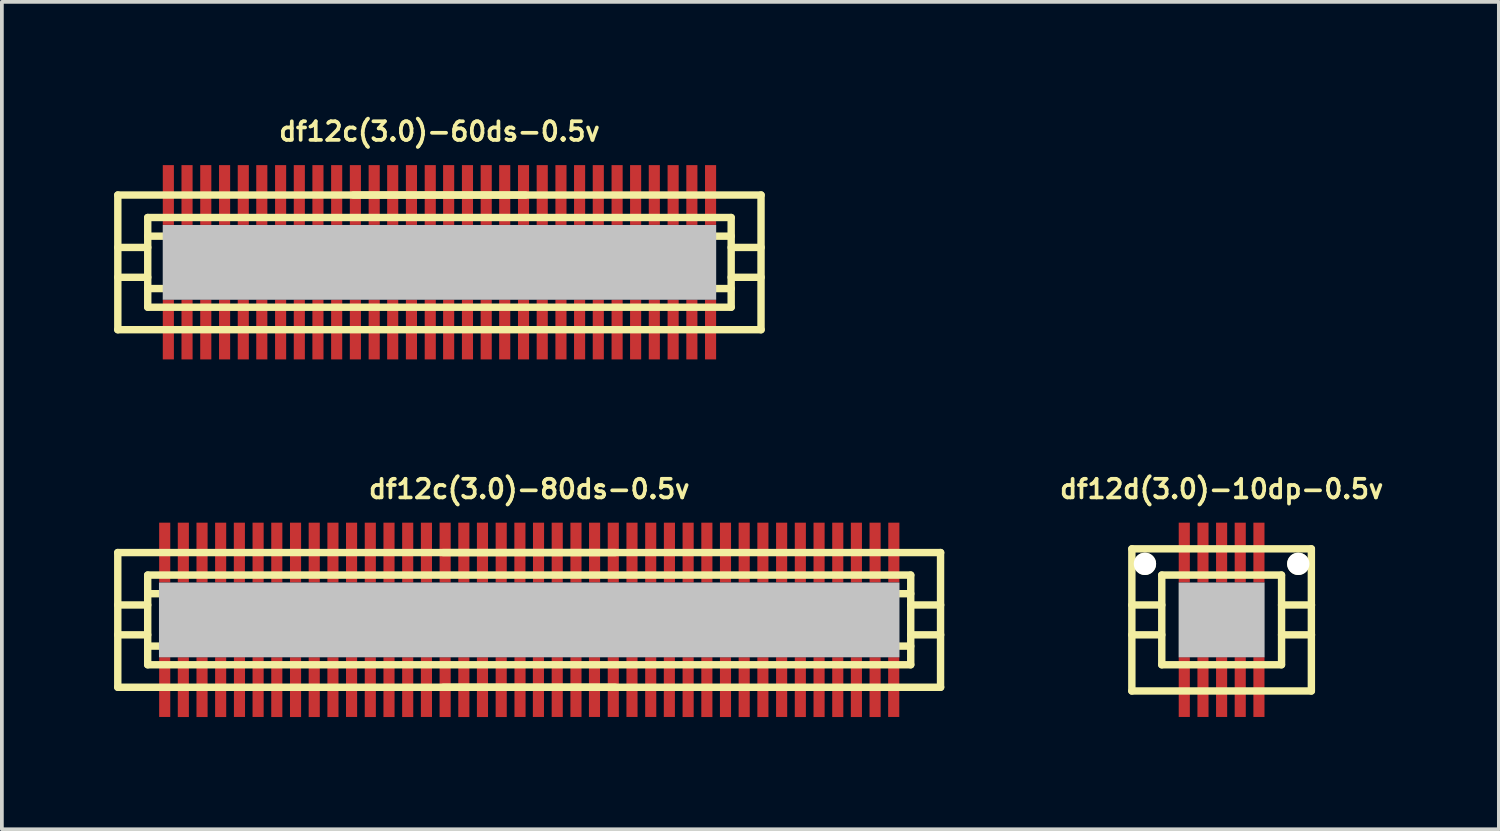
<source format=kicad_pcb>
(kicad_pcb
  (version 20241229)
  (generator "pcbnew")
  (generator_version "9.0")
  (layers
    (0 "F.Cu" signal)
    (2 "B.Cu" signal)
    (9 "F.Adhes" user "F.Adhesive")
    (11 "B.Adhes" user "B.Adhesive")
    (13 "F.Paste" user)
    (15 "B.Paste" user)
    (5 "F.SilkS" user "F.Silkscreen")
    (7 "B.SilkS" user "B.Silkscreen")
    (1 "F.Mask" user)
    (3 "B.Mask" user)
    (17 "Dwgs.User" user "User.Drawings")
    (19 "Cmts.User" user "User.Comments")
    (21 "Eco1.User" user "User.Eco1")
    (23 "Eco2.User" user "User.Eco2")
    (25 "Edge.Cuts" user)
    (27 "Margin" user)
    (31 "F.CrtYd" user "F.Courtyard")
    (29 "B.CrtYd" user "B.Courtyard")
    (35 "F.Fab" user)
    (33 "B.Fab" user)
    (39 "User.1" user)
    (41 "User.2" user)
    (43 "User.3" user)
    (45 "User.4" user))
  (footprint "df12c(3.0)-80ds-0.5v"
    (layer "F.Cu")
    (at 11.1 13.525)
    (property "Reference" "df12c(3.0)-80ds-0.5v" (at 0 -3.5 0) (layer "F.SilkS") (effects (font (size 0.498 0.498) (thickness 0.099))))
    (attr smd)
    (fp_line (start -11.001 -1.801) (end 11.001 -1.801) (stroke (width 0.198) (type solid)) (layer "F.SilkS"))
    (fp_line (start -11.001 1.801) (end -11.001 -1.801) (stroke (width 0.198) (type solid)) (layer "F.SilkS"))
    (fp_line (start -10.201 -0.399) (end -11.001 -0.399) (stroke (width 0.198) (type solid)) (layer "F.SilkS"))
    (fp_line (start -10.201 0.399) (end -11.001 0.399) (stroke (width 0.198) (type solid)) (layer "F.SilkS"))
    (fp_line (start -10.201 0.701) (end 10.201 0.701) (stroke (width 0.198) (type solid)) (layer "F.SilkS"))
    (fp_line (start -10.201 1.199) (end -10.201 -1.199) (stroke (width 0.198) (type solid)) (layer "F.SilkS"))
    (fp_line (start -10.201 1.199) (end 10.201 1.199) (stroke (width 0.198) (type solid)) (layer "F.SilkS"))
    (fp_line (start -2.301 -1.801) (end 2.301 -1.801) (stroke (width 0.198) (type solid)) (layer "F.SilkS"))
    (fp_line (start 2.301 1.801) (end -2.301 1.801) (stroke (width 0.198) (type solid)) (layer "F.SilkS"))
    (fp_line (start 10.201 -1.199) (end -10.201 -1.199) (stroke (width 0.198) (type solid)) (layer "F.SilkS"))
    (fp_line (start 10.201 -1.199) (end 10.201 1.199) (stroke (width 0.198) (type solid)) (layer "F.SilkS"))
    (fp_line (start 10.201 -0.701) (end -10.201 -0.701) (stroke (width 0.198) (type solid)) (layer "F.SilkS"))
    (fp_line (start 10.201 -0.399) (end 11.001 -0.399) (stroke (width 0.198) (type solid)) (layer "F.SilkS"))
    (fp_line (start 10.998 -1.801) (end 10.998 1.801) (stroke (width 0.198) (type solid)) (layer "F.SilkS"))
    (fp_line (start 11.001 0.399) (end 10.201 0.399) (stroke (width 0.198) (type solid)) (layer "F.SilkS"))
    (fp_line (start 11.001 1.801) (end -11.001 1.801) (stroke (width 0.198) (type solid)) (layer "F.SilkS"))
    (pad "" smd rect (at 0 0) (size 19.799 1.999) (layers "Dwgs.User"))
    (pad "1" smd rect (at -9.746 1.796) (size 0.297 1.598) (layers "F.Cu" "F.Mask" "F.Paste"))
    (pad "2" smd rect (at -9.248 1.798) (size 0.297 1.598) (layers "F.Cu" "F.Mask" "F.Paste"))
    (pad "3" smd rect (at -8.748 1.798) (size 0.297 1.598) (layers "F.Cu" "F.Mask" "F.Paste"))
    (pad "4" smd rect (at -8.25 1.798) (size 0.297 1.598) (layers "F.Cu" "F.Mask" "F.Paste"))
    (pad "5" smd rect (at -7.747 1.796) (size 0.297 1.598) (layers "F.Cu" "F.Mask" "F.Paste"))
    (pad "6" smd rect (at -7.249 1.796) (size 0.297 1.598) (layers "F.Cu" "F.Mask" "F.Paste"))
    (pad "7" smd rect (at -6.749 1.798) (size 0.297 1.598) (layers "F.Cu" "F.Mask" "F.Paste"))
    (pad "8" smd rect (at -6.248 1.798) (size 0.297 1.598) (layers "F.Cu" "F.Mask" "F.Paste"))
    (pad "9" smd rect (at -5.748 1.798) (size 0.297 1.598) (layers "F.Cu" "F.Mask" "F.Paste"))
    (pad "10" smd rect (at -5.248 1.798) (size 0.297 1.598) (layers "F.Cu" "F.Mask" "F.Paste"))
    (pad "11" smd rect (at -4.75 1.796) (size 0.297 1.598) (layers "F.Cu" "F.Mask" "F.Paste"))
    (pad "12" smd rect (at -4.249 1.798) (size 0.297 1.598) (layers "F.Cu" "F.Mask" "F.Paste"))
    (pad "13" smd rect (at -3.749 1.798) (size 0.297 1.598) (layers "F.Cu" "F.Mask" "F.Paste"))
    (pad "14" smd rect (at -3.249 1.798) (size 0.297 1.598) (layers "F.Cu" "F.Mask" "F.Paste"))
    (pad "15" smd rect (at -2.748 1.796) (size 0.297 1.598) (layers "F.Cu" "F.Mask" "F.Paste"))
    (pad "16" smd rect (at -2.248 1.798) (size 0.297 1.598) (layers "F.Cu" "F.Mask" "F.Paste"))
    (pad "17" smd rect (at -1.748 1.798) (size 0.297 1.598) (layers "F.Cu" "F.Mask" "F.Paste"))
    (pad "18" smd rect (at -1.25 1.798) (size 0.297 1.598) (layers "F.Cu" "F.Mask" "F.Paste"))
    (pad "19" smd rect (at -0.749 1.798) (size 0.297 1.598) (layers "F.Cu" "F.Mask" "F.Paste"))
    (pad "20" smd rect (at -0.246 1.796) (size 0.297 1.598) (layers "F.Cu" "F.Mask" "F.Paste"))
    (pad "21" smd rect (at 0.246 1.796) (size 0.297 1.598) (layers "F.Cu" "F.Mask" "F.Paste"))
    (pad "22" smd rect (at 0.749 1.796) (size 0.297 1.598) (layers "F.Cu" "F.Mask" "F.Paste"))
    (pad "23" smd rect (at 1.25 1.796) (size 0.297 1.598) (layers "F.Cu" "F.Mask" "F.Paste"))
    (pad "24" smd rect (at 1.745 1.796) (size 0.297 1.598) (layers "F.Cu" "F.Mask" "F.Paste"))
    (pad "25" smd rect (at 2.248 1.796) (size 0.297 1.598) (layers "F.Cu" "F.Mask" "F.Paste"))
    (pad "26" smd rect (at 2.748 1.796) (size 0.297 1.598) (layers "F.Cu" "F.Mask" "F.Paste"))
    (pad "27" smd rect (at 3.249 1.796) (size 0.297 1.598) (layers "F.Cu" "F.Mask" "F.Paste"))
    (pad "28" smd rect (at 3.747 1.796) (size 0.297 1.598) (layers "F.Cu" "F.Mask" "F.Paste"))
    (pad "29" smd rect (at 4.249 1.798) (size 0.297 1.598) (layers "F.Cu" "F.Mask" "F.Paste"))
    (pad "30" smd rect (at 4.75 1.798) (size 0.297 1.598) (layers "F.Cu" "F.Mask" "F.Paste"))
    (pad "31" smd rect (at 5.248 1.798) (size 0.297 1.598) (layers "F.Cu" "F.Mask" "F.Paste"))
    (pad "32" smd rect (at 5.748 1.798) (size 0.297 1.598) (layers "F.Cu" "F.Mask" "F.Paste"))
    (pad "33" smd rect (at 6.248 1.798) (size 0.297 1.598) (layers "F.Cu" "F.Mask" "F.Paste"))
    (pad "34" smd rect (at 6.749 1.796) (size 0.297 1.598) (layers "F.Cu" "F.Mask" "F.Paste"))
    (pad "35" smd rect (at 7.249 1.798) (size 0.297 1.598) (layers "F.Cu" "F.Mask" "F.Paste"))
    (pad "36" smd rect (at 7.75 1.798) (size 0.297 1.598) (layers "F.Cu" "F.Mask" "F.Paste"))
    (pad "37" smd rect (at 8.25 1.798) (size 0.297 1.598) (layers "F.Cu" "F.Mask" "F.Paste"))
    (pad "38" smd rect (at 8.748 1.798) (size 0.297 1.598) (layers "F.Cu" "F.Mask" "F.Paste"))
    (pad "39" smd rect (at 9.248 1.798) (size 0.297 1.598) (layers "F.Cu" "F.Mask" "F.Paste"))
    (pad "40" smd rect (at 9.746 1.796) (size 0.297 1.598) (layers "F.Cu" "F.Mask" "F.Paste"))
    (pad "41" smd rect (at 9.749 -1.801) (size 0.297 1.598) (layers "F.Cu" "F.Mask" "F.Paste"))
    (pad "42" smd rect (at 9.248 -1.801) (size 0.297 1.598) (layers "F.Cu" "F.Mask" "F.Paste"))
    (pad "43" smd rect (at 8.748 -1.801) (size 0.297 1.598) (layers "F.Cu" "F.Mask" "F.Paste"))
    (pad "44" smd rect (at 8.25 -1.801) (size 0.297 1.598) (layers "F.Cu" "F.Mask" "F.Paste"))
    (pad "45" smd rect (at 7.75 -1.801) (size 0.297 1.598) (layers "F.Cu" "F.Mask" "F.Paste"))
    (pad "46" smd rect (at 7.249 -1.801) (size 0.297 1.598) (layers "F.Cu" "F.Mask" "F.Paste"))
    (pad "47" smd rect (at 6.749 -1.801) (size 0.297 1.598) (layers "F.Cu" "F.Mask" "F.Paste"))
    (pad "48" smd rect (at 6.248 -1.801) (size 0.297 1.598) (layers "F.Cu" "F.Mask" "F.Paste"))
    (pad "49" smd rect (at 5.748 -1.801) (size 0.297 1.598) (layers "F.Cu" "F.Mask" "F.Paste"))
    (pad "50" smd rect (at 5.248 -1.801) (size 0.297 1.598) (layers "F.Cu" "F.Mask" "F.Paste"))
    (pad "51" smd rect (at 4.75 -1.801) (size 0.297 1.598) (layers "F.Cu" "F.Mask" "F.Paste"))
    (pad "52" smd rect (at 4.249 -1.801) (size 0.297 1.598) (layers "F.Cu" "F.Mask" "F.Paste"))
    (pad "53" smd rect (at 3.749 -1.801) (size 0.297 1.598) (layers "F.Cu" "F.Mask" "F.Paste"))
    (pad "54" smd rect (at 3.249 -1.801) (size 0.297 1.598) (layers "F.Cu" "F.Mask" "F.Paste"))
    (pad "55" smd rect (at 2.748 -1.801) (size 0.297 1.598) (layers "F.Cu" "F.Mask" "F.Paste"))
    (pad "56" smd rect (at 2.248 -1.801) (size 0.297 1.598) (layers "F.Cu" "F.Mask" "F.Paste"))
    (pad "57" smd rect (at 1.748 -1.801) (size 0.297 1.598) (layers "F.Cu" "F.Mask" "F.Paste"))
    (pad "58" smd rect (at 1.25 -1.801) (size 0.297 1.598) (layers "F.Cu" "F.Mask" "F.Paste"))
    (pad "59" smd rect (at 0.749 -1.801) (size 0.297 1.598) (layers "F.Cu" "F.Mask" "F.Paste"))
    (pad "60" smd rect (at 0.249 -1.801) (size 0.297 1.598) (layers "F.Cu" "F.Mask" "F.Paste"))
    (pad "61" smd rect (at -0.249 -1.801) (size 0.297 1.598) (layers "F.Cu" "F.Mask" "F.Paste"))
    (pad "62" smd rect (at -0.749 -1.801) (size 0.297 1.598) (layers "F.Cu" "F.Mask" "F.Paste"))
    (pad "63" smd rect (at -1.25 -1.801) (size 0.297 1.598) (layers "F.Cu" "F.Mask" "F.Paste"))
    (pad "64" smd rect (at -1.748 -1.801) (size 0.297 1.598) (layers "F.Cu" "F.Mask" "F.Paste"))
    (pad "65" smd rect (at -2.248 -1.801) (size 0.297 1.598) (layers "F.Cu" "F.Mask" "F.Paste"))
    (pad "66" smd rect (at -2.748 -1.801) (size 0.297 1.598) (layers "F.Cu" "F.Mask" "F.Paste"))
    (pad "67" smd rect (at -3.249 -1.801) (size 0.297 1.598) (layers "F.Cu" "F.Mask" "F.Paste"))
    (pad "68" smd rect (at -3.749 -1.801) (size 0.297 1.598) (layers "F.Cu" "F.Mask" "F.Paste"))
    (pad "69" smd rect (at -4.249 -1.801) (size 0.297 1.598) (layers "F.Cu" "F.Mask" "F.Paste"))
    (pad "70" smd rect (at -4.75 -1.801) (size 0.297 1.598) (layers "F.Cu" "F.Mask" "F.Paste"))
    (pad "71" smd rect (at -5.248 -1.801) (size 0.297 1.598) (layers "F.Cu" "F.Mask" "F.Paste"))
    (pad "72" smd rect (at -5.748 -1.801) (size 0.297 1.598) (layers "F.Cu" "F.Mask" "F.Paste"))
    (pad "73" smd rect (at -6.248 -1.801) (size 0.297 1.598) (layers "F.Cu" "F.Mask" "F.Paste"))
    (pad "74" smd rect (at -6.749 -1.801) (size 0.297 1.598) (layers "F.Cu" "F.Mask" "F.Paste"))
    (pad "75" smd rect (at -7.249 -1.801) (size 0.297 1.598) (layers "F.Cu" "F.Mask" "F.Paste"))
    (pad "76" smd rect (at -7.75 -1.801) (size 0.297 1.598) (layers "F.Cu" "F.Mask" "F.Paste"))
    (pad "77" smd rect (at -8.25 -1.801) (size 0.297 1.598) (layers "F.Cu" "F.Mask" "F.Paste"))
    (pad "78" smd rect (at -8.748 -1.801) (size 0.297 1.598) (layers "F.Cu" "F.Mask" "F.Paste"))
    (pad "79" smd rect (at -9.248 -1.801) (size 0.297 1.598) (layers "F.Cu" "F.Mask" "F.Paste"))
    (pad "80" smd rect (at -9.746 -1.801) (size 0.297 1.598) (layers "F.Cu" "F.Mask" "F.Paste")))
  (footprint "df12c(3.0)-60ds-0.5v"
    (layer "F.Cu")
    (at 8.7 3.965)
    (property "Reference" "df12c(3.0)-60ds-0.5v" (at 0 -3.5 0) (layer "F.SilkS") (effects (font (size 0.498 0.498) (thickness 0.099))))
    (attr smd)
    (fp_line (start -8.6 -1.801) (end 8.6 -1.801) (stroke (width 0.198) (type solid)) (layer "F.SilkS"))
    (fp_line (start -8.6 1.801) (end -8.6 -1.801) (stroke (width 0.198) (type solid)) (layer "F.SilkS"))
    (fp_line (start -8.6 1.801) (end 8.6 1.801) (stroke (width 0.198) (type solid)) (layer "F.SilkS"))
    (fp_line (start -7.8 -0.701) (end 7.8 -0.701) (stroke (width 0.198) (type solid)) (layer "F.SilkS"))
    (fp_line (start -7.8 -0.399) (end -8.6 -0.399) (stroke (width 0.198) (type solid)) (layer "F.SilkS"))
    (fp_line (start -7.8 0.399) (end -8.6 0.399) (stroke (width 0.198) (type solid)) (layer "F.SilkS"))
    (fp_line (start -7.8 0.701) (end 7.8 0.701) (stroke (width 0.198) (type solid)) (layer "F.SilkS"))
    (fp_line (start -7.8 1.199) (end -7.8 -1.199) (stroke (width 0.198) (type solid)) (layer "F.SilkS"))
    (fp_line (start -2.301 -1.801) (end 2.301 -1.801) (stroke (width 0.198) (type solid)) (layer "F.SilkS"))
    (fp_line (start 7.8 -1.199) (end -7.8 -1.199) (stroke (width 0.198) (type solid)) (layer "F.SilkS"))
    (fp_line (start 7.8 -1.199) (end 7.8 1.199) (stroke (width 0.198) (type solid)) (layer "F.SilkS"))
    (fp_line (start 7.8 -0.399) (end 8.6 -0.399) (stroke (width 0.198) (type solid)) (layer "F.SilkS"))
    (fp_line (start 7.8 1.199) (end -7.8 1.199) (stroke (width 0.198) (type solid)) (layer "F.SilkS"))
    (fp_line (start 8.598 -1.801) (end 8.598 1.801) (stroke (width 0.198) (type solid)) (layer "F.SilkS"))
    (fp_line (start 8.6 0.399) (end 7.8 0.399) (stroke (width 0.198) (type solid)) (layer "F.SilkS"))
    (pad "" smd rect (at 0 0) (size 14.798 1.999) (layers "Dwgs.User"))
    (pad "1" smd rect (at -7.249 1.796) (size 0.297 1.598) (layers "F.Cu" "F.Mask" "F.Paste"))
    (pad "2" smd rect (at -6.749 1.796) (size 0.297 1.598) (layers "F.Cu" "F.Mask" "F.Paste"))
    (pad "3" smd rect (at -6.248 1.796) (size 0.297 1.598) (layers "F.Cu" "F.Mask" "F.Paste"))
    (pad "4" smd rect (at -5.745 1.796) (size 0.297 1.598) (layers "F.Cu" "F.Mask" "F.Paste"))
    (pad "5" smd rect (at -5.245 1.796) (size 0.297 1.598) (layers "F.Cu" "F.Mask" "F.Paste"))
    (pad "6" smd rect (at -4.75 1.796) (size 0.297 1.598) (layers "F.Cu" "F.Mask" "F.Paste"))
    (pad "7" smd rect (at -4.247 1.796) (size 0.297 1.598) (layers "F.Cu" "F.Mask" "F.Paste"))
    (pad "8" smd rect (at -3.747 1.796) (size 0.297 1.598) (layers "F.Cu" "F.Mask" "F.Paste"))
    (pad "9" smd rect (at -3.249 1.796) (size 0.297 1.598) (layers "F.Cu" "F.Mask" "F.Paste"))
    (pad "10" smd rect (at -2.748 1.796) (size 0.297 1.598) (layers "F.Cu" "F.Mask" "F.Paste"))
    (pad "11" smd rect (at -2.248 1.796) (size 0.297 1.598) (layers "F.Cu" "F.Mask" "F.Paste"))
    (pad "12" smd rect (at -1.745 1.796) (size 0.297 1.598) (layers "F.Cu" "F.Mask" "F.Paste"))
    (pad "13" smd rect (at -1.25 1.796) (size 0.297 1.598) (layers "F.Cu" "F.Mask" "F.Paste"))
    (pad "14" smd rect (at -0.749 1.796) (size 0.297 1.598) (layers "F.Cu" "F.Mask" "F.Paste"))
    (pad "15" smd rect (at -0.246 1.796) (size 0.297 1.598) (layers "F.Cu" "F.Mask" "F.Paste"))
    (pad "16" smd rect (at 0.246 1.796) (size 0.297 1.598) (layers "F.Cu" "F.Mask" "F.Paste"))
    (pad "17" smd rect (at 0.749 1.796) (size 0.297 1.598) (layers "F.Cu" "F.Mask" "F.Paste"))
    (pad "18" smd rect (at 1.25 1.796) (size 0.297 1.598) (layers "F.Cu" "F.Mask" "F.Paste"))
    (pad "19" smd rect (at 1.745 1.796) (size 0.297 1.598) (layers "F.Cu" "F.Mask" "F.Paste"))
    (pad "20" smd rect (at 2.248 1.796) (size 0.297 1.598) (layers "F.Cu" "F.Mask" "F.Paste"))
    (pad "21" smd rect (at 2.748 1.796) (size 0.297 1.598) (layers "F.Cu" "F.Mask" "F.Paste"))
    (pad "22" smd rect (at 3.249 1.796) (size 0.297 1.598) (layers "F.Cu" "F.Mask" "F.Paste"))
    (pad "23" smd rect (at 3.747 1.796) (size 0.297 1.598) (layers "F.Cu" "F.Mask" "F.Paste"))
    (pad "24" smd rect (at 4.247 1.796) (size 0.297 1.598) (layers "F.Cu" "F.Mask" "F.Paste"))
    (pad "25" smd rect (at 4.75 1.796) (size 0.297 1.598) (layers "F.Cu" "F.Mask" "F.Paste"))
    (pad "26" smd rect (at 5.245 1.796) (size 0.297 1.598) (layers "F.Cu" "F.Mask" "F.Paste"))
    (pad "27" smd rect (at 5.745 1.796) (size 0.297 1.598) (layers "F.Cu" "F.Mask" "F.Paste"))
    (pad "28" smd rect (at 6.248 1.796) (size 0.297 1.598) (layers "F.Cu" "F.Mask" "F.Paste"))
    (pad "29" smd rect (at 6.749 1.796) (size 0.297 1.598) (layers "F.Cu" "F.Mask" "F.Paste"))
    (pad "30" smd rect (at 7.249 1.796) (size 0.297 1.598) (layers "F.Cu" "F.Mask" "F.Paste"))
    (pad "31" smd rect (at 7.249 -1.801) (size 0.297 1.598) (layers "F.Cu" "F.Mask" "F.Paste"))
    (pad "32" smd rect (at 6.749 -1.801) (size 0.297 1.598) (layers "F.Cu" "F.Mask" "F.Paste"))
    (pad "33" smd rect (at 6.248 -1.801) (size 0.297 1.598) (layers "F.Cu" "F.Mask" "F.Paste"))
    (pad "34" smd rect (at 5.745 -1.801) (size 0.297 1.598) (layers "F.Cu" "F.Mask" "F.Paste"))
    (pad "35" smd rect (at 5.245 -1.801) (size 0.297 1.598) (layers "F.Cu" "F.Mask" "F.Paste"))
    (pad "36" smd rect (at 4.75 -1.801) (size 0.297 1.598) (layers "F.Cu" "F.Mask" "F.Paste"))
    (pad "37" smd rect (at 4.247 -1.801) (size 0.297 1.598) (layers "F.Cu" "F.Mask" "F.Paste"))
    (pad "38" smd rect (at 3.747 -1.801) (size 0.297 1.598) (layers "F.Cu" "F.Mask" "F.Paste"))
    (pad "39" smd rect (at 3.249 -1.801) (size 0.297 1.598) (layers "F.Cu" "F.Mask" "F.Paste"))
    (pad "40" smd rect (at 2.748 -1.801) (size 0.297 1.598) (layers "F.Cu" "F.Mask" "F.Paste"))
    (pad "41" smd rect (at 2.248 -1.801) (size 0.297 1.598) (layers "F.Cu" "F.Mask" "F.Paste"))
    (pad "42" smd rect (at 1.745 -1.801) (size 0.297 1.598) (layers "F.Cu" "F.Mask" "F.Paste"))
    (pad "43" smd rect (at 1.25 -1.801) (size 0.297 1.598) (layers "F.Cu" "F.Mask" "F.Paste"))
    (pad "44" smd rect (at 0.749 -1.801) (size 0.297 1.598) (layers "F.Cu" "F.Mask" "F.Paste"))
    (pad "45" smd rect (at 0.246 -1.801) (size 0.297 1.598) (layers "F.Cu" "F.Mask" "F.Paste"))
    (pad "46" smd rect (at -0.246 -1.801) (size 0.297 1.598) (layers "F.Cu" "F.Mask" "F.Paste"))
    (pad "47" smd rect (at -0.749 -1.801) (size 0.297 1.598) (layers "F.Cu" "F.Mask" "F.Paste"))
    (pad "48" smd rect (at -1.25 -1.801) (size 0.297 1.598) (layers "F.Cu" "F.Mask" "F.Paste"))
    (pad "49" smd rect (at -1.745 -1.801) (size 0.297 1.598) (layers "F.Cu" "F.Mask" "F.Paste"))
    (pad "50" smd rect (at -2.248 -1.801) (size 0.297 1.598) (layers "F.Cu" "F.Mask" "F.Paste"))
    (pad "51" smd rect (at -2.748 -1.801) (size 0.297 1.598) (layers "F.Cu" "F.Mask" "F.Paste"))
    (pad "52" smd rect (at -3.249 -1.801) (size 0.297 1.598) (layers "F.Cu" "F.Mask" "F.Paste"))
    (pad "53" smd rect (at -3.747 -1.801) (size 0.297 1.598) (layers "F.Cu" "F.Mask" "F.Paste"))
    (pad "54" smd rect (at -4.247 -1.801) (size 0.297 1.598) (layers "F.Cu" "F.Mask" "F.Paste"))
    (pad "55" smd rect (at -4.75 -1.801) (size 0.297 1.598) (layers "F.Cu" "F.Mask" "F.Paste"))
    (pad "56" smd rect (at -5.245 -1.801) (size 0.297 1.598) (layers "F.Cu" "F.Mask" "F.Paste"))
    (pad "57" smd rect (at -5.745 -1.801) (size 0.297 1.598) (layers "F.Cu" "F.Mask" "F.Paste"))
    (pad "58" smd rect (at -6.248 -1.801) (size 0.297 1.598) (layers "F.Cu" "F.Mask" "F.Paste"))
    (pad "59" smd rect (at -6.749 -1.801) (size 0.297 1.598) (layers "F.Cu" "F.Mask" "F.Paste"))
    (pad "60" smd rect (at -7.249 -1.801) (size 0.297 1.598) (layers "F.Cu" "F.Mask" "F.Paste")))
  (footprint "df12d(3.0)-10dp-0.5v"
    (layer "F.Cu")
    (at 29.613 13.525)
    (property "Reference" "df12d(3.0)-10dp-0.5v" (at 0 -3.5 0) (layer "F.SilkS") (effects (font (size 0.498 0.498) (thickness 0.099))))
    (attr smd)
    (fp_line (start -2.4 -1.9) (end -2.4 1.9) (stroke (width 0.198) (type solid)) (layer "F.SilkS"))
    (fp_line (start -2.4 -1.9) (end 2.4 -1.9) (stroke (width 0.198) (type solid)) (layer "F.SilkS"))
    (fp_line (start -1.6 -0.399) (end -2.4 -0.399) (stroke (width 0.198) (type solid)) (layer "F.SilkS"))
    (fp_line (start -1.6 0.399) (end -2.4 0.399) (stroke (width 0.198) (type solid)) (layer "F.SilkS"))
    (fp_line (start -1.6 1.199) (end -1.6 -1.199) (stroke (width 0.198) (type solid)) (layer "F.SilkS"))
    (fp_line (start -1.6 1.199) (end 1.6 1.199) (stroke (width 0.198) (type solid)) (layer "F.SilkS"))
    (fp_line (start 1.6 -1.199) (end -1.6 -1.199) (stroke (width 0.198) (type solid)) (layer "F.SilkS"))
    (fp_line (start 1.603 -1.199) (end 1.603 1.199) (stroke (width 0.198) (type solid)) (layer "F.SilkS"))
    (fp_line (start 1.603 -0.399) (end 2.403 -0.399) (stroke (width 0.198) (type solid)) (layer "F.SilkS"))
    (fp_line (start 2.4 1.9) (end -2.4 1.9) (stroke (width 0.198) (type solid)) (layer "F.SilkS"))
    (fp_line (start 2.4 1.9) (end 2.4 -1.9) (stroke (width 0.198) (type solid)) (layer "F.SilkS"))
    (fp_line (start 2.403 0.399) (end 1.603 0.399) (stroke (width 0.198) (type solid)) (layer "F.SilkS"))
    (pad "" np_thru_hole circle (at -2.05 -1.499) (size 0.597 0.597) (drill 0.597) (layers "*.Cu" "*.Mask" "F.SilkS"))
    (pad "" smd rect (at 0 0) (size 2.299 1.999) (layers "Dwgs.User"))
    (pad "" np_thru_hole circle (at 2.05 -1.499) (size 0.597 0.597) (drill 0.597) (layers "*.Cu" "*.Mask" "F.SilkS"))
    (pad "1" smd rect (at 0.998 1.796) (size 0.297 1.598) (layers "F.Cu" "F.Mask" "F.Paste"))
    (pad "2" smd rect (at 0.498 1.796) (size 0.297 1.598) (layers "F.Cu" "F.Mask" "F.Paste"))
    (pad "3" smd rect (at 0 1.796) (size 0.297 1.598) (layers "F.Cu" "F.Mask" "F.Paste"))
    (pad "4" smd rect (at -0.498 1.796) (size 0.297 1.598) (layers "F.Cu" "F.Mask" "F.Paste"))
    (pad "5" smd rect (at -0.998 1.796) (size 0.297 1.598) (layers "F.Cu" "F.Mask" "F.Paste"))
    (pad "6" smd rect (at -0.998 -1.801) (size 0.297 1.598) (layers "F.Cu" "F.Mask" "F.Paste"))
    (pad "7" smd rect (at -0.498 -1.801) (size 0.297 1.598) (layers "F.Cu" "F.Mask" "F.Paste"))
    (pad "8" smd rect (at 0 -1.801) (size 0.297 1.598) (layers "F.Cu" "F.Mask" "F.Paste"))
    (pad "9" smd rect (at 0.498 -1.801) (size 0.297 1.598) (layers "F.Cu" "F.Mask" "F.Paste"))
    (pad "10" smd rect (at 0.998 -1.801) (size 0.297 1.598) (layers "F.Cu" "F.Mask" "F.Paste")))
  (gr_rect
    (start -3 -3)
    (end 37.026 19.122)
    (stroke (width 0.1) (type default))
    (fill no)
    (layer "Edge.Cuts")))
</source>
